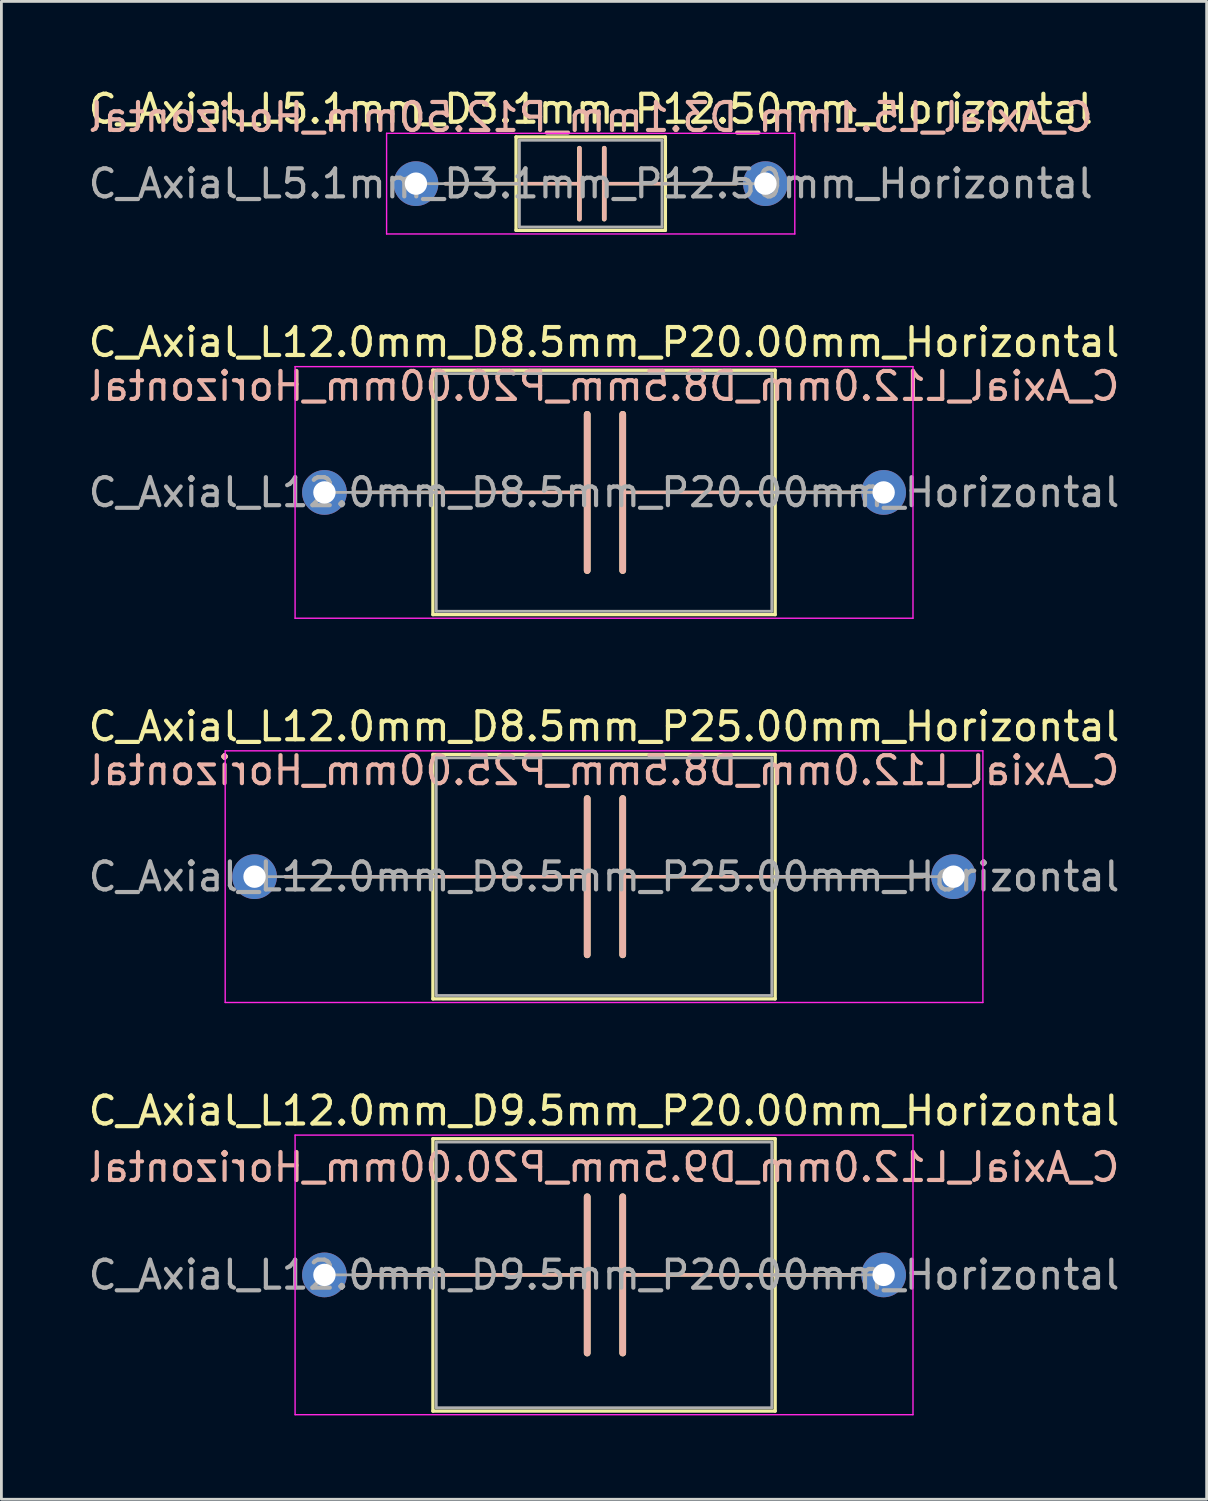
<source format=kicad_pcb>
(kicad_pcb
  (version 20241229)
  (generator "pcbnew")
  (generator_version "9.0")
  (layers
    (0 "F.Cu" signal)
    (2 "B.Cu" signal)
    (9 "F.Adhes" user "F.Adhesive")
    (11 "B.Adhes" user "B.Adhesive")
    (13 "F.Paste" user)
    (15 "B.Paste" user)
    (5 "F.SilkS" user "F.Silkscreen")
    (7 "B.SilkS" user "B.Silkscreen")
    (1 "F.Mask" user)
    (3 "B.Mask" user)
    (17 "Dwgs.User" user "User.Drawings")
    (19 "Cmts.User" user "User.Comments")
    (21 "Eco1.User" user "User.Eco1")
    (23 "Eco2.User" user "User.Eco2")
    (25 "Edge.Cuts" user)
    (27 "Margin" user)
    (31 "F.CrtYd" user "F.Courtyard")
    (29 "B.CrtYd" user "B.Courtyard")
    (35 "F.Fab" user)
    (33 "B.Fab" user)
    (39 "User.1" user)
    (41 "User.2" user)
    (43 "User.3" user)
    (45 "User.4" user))
  (footprint "C_Axial_L5.1mm_D3.1mm_P12.50mm_Horizontal"
    (layer "F.Cu")
    (at 11.827 3.518)
    (property "Reference" "C_Axial_L5.1mm_D3.1mm_P12.50mm_Horizontal" (at 6.25 -2.67 0) (layer "F.SilkS") (effects (font (size 1 1) (thickness 0.15))))
    (fp_line (start 1.04 0) (end 3.58 0) (stroke (width 0.12) (type solid)) (layer "F.SilkS"))
    (fp_line (start 3.58 -1.67) (end 3.58 1.67) (stroke (width 0.12) (type solid)) (layer "F.SilkS"))
    (fp_line (start 3.58 0) (end 5.842 0) (stroke (width 0.12) (type solid)) (layer "F.SilkS"))
    (fp_line (start 3.58 1.67) (end 8.92 1.67) (stroke (width 0.12) (type solid)) (layer "F.SilkS"))
    (fp_line (start 5.842 0) (end 5.842 -1.27) (stroke (width 0.16) (type solid)) (layer "F.SilkS"))
    (fp_line (start 5.842 0) (end 5.842 1.27) (stroke (width 0.16) (type solid)) (layer "F.SilkS"))
    (fp_line (start 6.731 0) (end 6.731 -1.27) (stroke (width 0.16) (type solid)) (layer "F.SilkS"))
    (fp_line (start 6.731 0) (end 6.731 1.27) (stroke (width 0.16) (type solid)) (layer "F.SilkS"))
    (fp_line (start 8.92 -1.67) (end 3.58 -1.67) (stroke (width 0.12) (type solid)) (layer "F.SilkS"))
    (fp_line (start 8.92 0) (end 6.731 0) (stroke (width 0.12) (type solid)) (layer "F.SilkS"))
    (fp_line (start 8.92 1.67) (end 8.92 -1.67) (stroke (width 0.12) (type solid)) (layer "F.SilkS"))
    (fp_line (start 11.46 0) (end 8.92 0) (stroke (width 0.12) (type solid)) (layer "F.SilkS"))
    (fp_line (start 1.048 0) (end 3.588 0) (stroke (width 0.12) (type solid)) (layer "B.SilkS"))
    (fp_line (start 3.588 0) (end 5.85 0) (stroke (width 0.12) (type solid)) (layer "B.SilkS"))
    (fp_line (start 5.85 0) (end 5.85 -1.27) (stroke (width 0.16) (type solid)) (layer "B.SilkS"))
    (fp_line (start 5.85 0) (end 5.85 1.27) (stroke (width 0.16) (type solid)) (layer "B.SilkS"))
    (fp_line (start 6.739 0) (end 6.739 -1.27) (stroke (width 0.16) (type solid)) (layer "B.SilkS"))
    (fp_line (start 6.739 0) (end 6.739 1.27) (stroke (width 0.16) (type solid)) (layer "B.SilkS"))
    (fp_line (start 8.928 0) (end 6.739 0) (stroke (width 0.12) (type solid)) (layer "B.SilkS"))
    (fp_line (start 11.468 0) (end 8.928 0) (stroke (width 0.12) (type solid)) (layer "B.SilkS"))
    (fp_line (start -1.05 -1.8) (end -1.05 1.8) (stroke (width 0.05) (type solid)) (layer "F.CrtYd"))
    (fp_line (start -1.05 1.8) (end 13.55 1.8) (stroke (width 0.05) (type solid)) (layer "F.CrtYd"))
    (fp_line (start 13.55 -1.8) (end -1.05 -1.8) (stroke (width 0.05) (type solid)) (layer "F.CrtYd"))
    (fp_line (start 13.55 1.8) (end 13.55 -1.8) (stroke (width 0.05) (type solid)) (layer "F.CrtYd"))
    (fp_line (start 0 0) (end 3.7 0) (stroke (width 0.1) (type solid)) (layer "F.Fab"))
    (fp_line (start 3.7 -1.55) (end 3.7 1.55) (stroke (width 0.1) (type solid)) (layer "F.Fab"))
    (fp_line (start 3.7 1.55) (end 8.8 1.55) (stroke (width 0.1) (type solid)) (layer "F.Fab"))
    (fp_line (start 8.8 -1.55) (end 3.7 -1.55) (stroke (width 0.1) (type solid)) (layer "F.Fab"))
    (fp_line (start 8.8 1.55) (end 8.8 -1.55) (stroke (width 0.1) (type solid)) (layer "F.Fab"))
    (fp_line (start 12.5 0) (end 8.8 0) (stroke (width 0.1) (type solid)) (layer "F.Fab"))
    (fp_text user "${REFERENCE}" (at 6.25 -2.375 0) (layer "B.SilkS") (effects (font (size 1 1) (thickness 0.15)) (justify mirror)))
    (fp_text user "${REFERENCE}" (at 6.25 0 0) (layer "F.Fab") (effects (font (size 1 1) (thickness 0.15))))
    (pad "1" thru_hole circle (at 0 0) (size 1.6 1.6) (drill 0.8) (layers "*.Cu" "*.Mask"))
    (pad "2" thru_hole oval (at 12.5 0) (size 1.6 1.6) (drill 0.8) (layers "*.Cu" "*.Mask")))
  (footprint "C_Axial_L12.0mm_D9.5mm_P20.00mm_Horizontal"
    (layer "F.Cu")
    (at 8.554 42.548)
    (property "Reference" "C_Axial_L12.0mm_D9.5mm_P20.00mm_Horizontal" (at 10 -5.87 0) (layer "F.SilkS") (effects (font (size 1 1) (thickness 0.15))))
    (fp_line (start 1.04 0) (end 3.88 0) (stroke (width 0.12) (type solid)) (layer "F.SilkS"))
    (fp_line (start 3.88 -4.87) (end 3.88 4.87) (stroke (width 0.12) (type solid)) (layer "F.SilkS"))
    (fp_line (start 3.88 0) (end 9.398 0) (stroke (width 0.12) (type solid)) (layer "F.SilkS"))
    (fp_line (start 3.88 4.87) (end 16.12 4.87) (stroke (width 0.12) (type solid)) (layer "F.SilkS"))
    (fp_line (start 9.398 -2.794) (end 9.398 2.794) (stroke (width 0.24) (type solid)) (layer "F.SilkS"))
    (fp_line (start 10.668 2.794) (end 10.668 -2.794) (stroke (width 0.24) (type solid)) (layer "F.SilkS"))
    (fp_line (start 16.12 -4.87) (end 3.88 -4.87) (stroke (width 0.12) (type solid)) (layer "F.SilkS"))
    (fp_line (start 16.12 4.87) (end 16.12 -4.87) (stroke (width 0.12) (type solid)) (layer "F.SilkS"))
    (fp_line (start 16.129 0) (end 10.668 0) (stroke (width 0.12) (type solid)) (layer "F.SilkS"))
    (fp_line (start 18.96 0) (end 16.12 0) (stroke (width 0.12) (type solid)) (layer "F.SilkS"))
    (fp_line (start 1.04 0) (end 3.88 0) (stroke (width 0.12) (type solid)) (layer "B.SilkS"))
    (fp_line (start 3.88 0) (end 9.398 0) (stroke (width 0.12) (type solid)) (layer "B.SilkS"))
    (fp_line (start 9.398 2.794) (end 9.398 -2.794) (stroke (width 0.24) (type solid)) (layer "B.SilkS"))
    (fp_line (start 10.668 -2.794) (end 10.668 2.794) (stroke (width 0.24) (type solid)) (layer "B.SilkS"))
    (fp_line (start 16.129 0) (end 10.668 0) (stroke (width 0.12) (type solid)) (layer "B.SilkS"))
    (fp_line (start 18.96 0) (end 16.12 0) (stroke (width 0.12) (type solid)) (layer "B.SilkS"))
    (fp_line (start -1.05 -5) (end -1.05 5) (stroke (width 0.05) (type solid)) (layer "F.CrtYd"))
    (fp_line (start -1.05 5) (end 21.05 5) (stroke (width 0.05) (type solid)) (layer "F.CrtYd"))
    (fp_line (start 21.05 -5) (end -1.05 -5) (stroke (width 0.05) (type solid)) (layer "F.CrtYd"))
    (fp_line (start 21.05 5) (end 21.05 -5) (stroke (width 0.05) (type solid)) (layer "F.CrtYd"))
    (fp_line (start 0 0) (end 4 0) (stroke (width 0.1) (type solid)) (layer "F.Fab"))
    (fp_line (start 4 -4.75) (end 4 4.75) (stroke (width 0.1) (type solid)) (layer "F.Fab"))
    (fp_line (start 4 4.75) (end 16 4.75) (stroke (width 0.1) (type solid)) (layer "F.Fab"))
    (fp_line (start 16 -4.75) (end 4 -4.75) (stroke (width 0.1) (type solid)) (layer "F.Fab"))
    (fp_line (start 16 4.75) (end 16 -4.75) (stroke (width 0.1) (type solid)) (layer "F.Fab"))
    (fp_line (start 20 0) (end 16 0) (stroke (width 0.1) (type solid)) (layer "F.Fab"))
    (fp_text user "${REFERENCE}" (at 10 -3.85 0) (layer "B.SilkS") (effects (font (size 1 1) (thickness 0.15)) (justify mirror)))
    (fp_text user "${REFERENCE}" (at 10 0 0) (layer "F.Fab") (effects (font (size 1 1) (thickness 0.15))))
    (pad "1" thru_hole circle (at 0 0) (size 1.6 1.6) (drill 0.8) (layers "*.Cu" "*.Mask"))
    (pad "2" thru_hole oval (at 20 0) (size 1.6 1.6) (drill 0.8) (layers "*.Cu" "*.Mask")))
  (footprint "C_Axial_L12.0mm_D8.5mm_P25.00mm_Horizontal"
    (layer "F.Cu")
    (at 6.054 28.305)
    (property "Reference" "C_Axial_L12.0mm_D8.5mm_P25.00mm_Horizontal" (at 12.5 -5.37 0) (layer "F.SilkS") (effects (font (size 1 1) (thickness 0.15))))
    (fp_line (start 1.1 0) (end 6.38 0) (stroke (width 0.12) (type solid)) (layer "F.SilkS"))
    (fp_line (start 6.38 -4.37) (end 6.38 4.37) (stroke (width 0.12) (type solid)) (layer "F.SilkS"))
    (fp_line (start 6.38 0) (end 11.898 0) (stroke (width 0.12) (type solid)) (layer "F.SilkS"))
    (fp_line (start 6.38 4.37) (end 18.62 4.37) (stroke (width 0.12) (type solid)) (layer "F.SilkS"))
    (fp_line (start 11.898 -2.794) (end 11.898 2.794) (stroke (width 0.24) (type solid)) (layer "F.SilkS"))
    (fp_line (start 13.168 2.794) (end 13.168 -2.794) (stroke (width 0.24) (type solid)) (layer "F.SilkS"))
    (fp_line (start 18.62 -4.37) (end 6.38 -4.37) (stroke (width 0.12) (type solid)) (layer "F.SilkS"))
    (fp_line (start 18.62 0) (end 13.168 0) (stroke (width 0.12) (type solid)) (layer "F.SilkS"))
    (fp_line (start 18.62 4.37) (end 18.62 -4.37) (stroke (width 0.12) (type solid)) (layer "F.SilkS"))
    (fp_line (start 23.9 0) (end 18.62 0) (stroke (width 0.12) (type solid)) (layer "F.SilkS"))
    (fp_line (start 1.1 0) (end 6.38 0) (stroke (width 0.12) (type solid)) (layer "B.SilkS"))
    (fp_line (start 6.38 0) (end 11.898 0) (stroke (width 0.12) (type solid)) (layer "B.SilkS"))
    (fp_line (start 11.898 2.794) (end 11.898 -2.794) (stroke (width 0.24) (type solid)) (layer "B.SilkS"))
    (fp_line (start 13.168 -2.794) (end 13.168 2.794) (stroke (width 0.24) (type solid)) (layer "B.SilkS"))
    (fp_line (start 18.62 0) (end 13.168 0) (stroke (width 0.12) (type solid)) (layer "B.SilkS"))
    (fp_line (start 23.9 0) (end 18.62 0) (stroke (width 0.12) (type solid)) (layer "B.SilkS"))
    (fp_line (start -1.05 -4.5) (end -1.05 4.5) (stroke (width 0.05) (type solid)) (layer "F.CrtYd"))
    (fp_line (start -1.05 4.5) (end 26.05 4.5) (stroke (width 0.05) (type solid)) (layer "F.CrtYd"))
    (fp_line (start 26.05 -4.5) (end -1.05 -4.5) (stroke (width 0.05) (type solid)) (layer "F.CrtYd"))
    (fp_line (start 26.05 4.5) (end 26.05 -4.5) (stroke (width 0.05) (type solid)) (layer "F.CrtYd"))
    (fp_line (start 0.1 0) (end 6.5 0) (stroke (width 0.1) (type solid)) (layer "F.Fab"))
    (fp_line (start 6.5 -4.25) (end 6.5 4.25) (stroke (width 0.1) (type solid)) (layer "F.Fab"))
    (fp_line (start 6.5 4.25) (end 18.5 4.25) (stroke (width 0.1) (type solid)) (layer "F.Fab"))
    (fp_line (start 18.5 -4.25) (end 6.5 -4.25) (stroke (width 0.1) (type solid)) (layer "F.Fab"))
    (fp_line (start 18.5 4.25) (end 18.5 -4.25) (stroke (width 0.1) (type solid)) (layer "F.Fab"))
    (fp_line (start 25 0) (end 18.5 0) (stroke (width 0.1) (type solid)) (layer "F.Fab"))
    (fp_text user "${REFERENCE}" (at 12.5 -3.8 0) (layer "B.SilkS") (effects (font (size 1 1) (thickness 0.15)) (justify mirror)))
    (fp_text user "${REFERENCE}" (at 12.5 0 0) (layer "F.Fab") (effects (font (size 1 1) (thickness 0.15))))
    (pad "1" thru_hole circle (at 0 0) (size 1.6 1.6) (drill 0.8) (layers "*.Cu" "*.Mask"))
    (pad "2" thru_hole oval (at 25 0) (size 1.6 1.6) (drill 0.8) (layers "*.Cu" "*.Mask")))
  (footprint "C_Axial_L12.0mm_D8.5mm_P20.00mm_Horizontal"
    (layer "F.Cu")
    (at 8.554 14.562)
    (property "Reference" "C_Axial_L12.0mm_D8.5mm_P20.00mm_Horizontal" (at 10 -5.37 0) (layer "F.SilkS") (effects (font (size 1 1) (thickness 0.15))))
    (fp_line (start 1.04 0) (end 3.88 0) (stroke (width 0.12) (type solid)) (layer "F.SilkS"))
    (fp_line (start 3.88 -4.37) (end 3.88 4.37) (stroke (width 0.12) (type solid)) (layer "F.SilkS"))
    (fp_line (start 3.88 0) (end 9.398 0) (stroke (width 0.12) (type solid)) (layer "F.SilkS"))
    (fp_line (start 3.88 4.37) (end 16.12 4.37) (stroke (width 0.12) (type solid)) (layer "F.SilkS"))
    (fp_line (start 9.398 -2.794) (end 9.398 2.794) (stroke (width 0.24) (type solid)) (layer "F.SilkS"))
    (fp_line (start 10.668 2.794) (end 10.668 -2.794) (stroke (width 0.24) (type solid)) (layer "F.SilkS"))
    (fp_line (start 16.12 -4.37) (end 3.88 -4.37) (stroke (width 0.12) (type solid)) (layer "F.SilkS"))
    (fp_line (start 16.12 4.37) (end 16.12 -4.37) (stroke (width 0.12) (type solid)) (layer "F.SilkS"))
    (fp_line (start 16.129 0) (end 10.668 0) (stroke (width 0.12) (type solid)) (layer "F.SilkS"))
    (fp_line (start 18.96 0) (end 16.12 0) (stroke (width 0.12) (type solid)) (layer "F.SilkS"))
    (fp_line (start 1.04 0) (end 3.88 0) (stroke (width 0.12) (type solid)) (layer "B.SilkS"))
    (fp_line (start 3.88 0) (end 9.398 0) (stroke (width 0.12) (type solid)) (layer "B.SilkS"))
    (fp_line (start 9.398 2.794) (end 9.398 -2.794) (stroke (width 0.24) (type solid)) (layer "B.SilkS"))
    (fp_line (start 10.668 -2.794) (end 10.668 2.794) (stroke (width 0.24) (type solid)) (layer "B.SilkS"))
    (fp_line (start 16.129 0) (end 10.668 0) (stroke (width 0.12) (type solid)) (layer "B.SilkS"))
    (fp_line (start 18.96 0) (end 16.12 0) (stroke (width 0.12) (type solid)) (layer "B.SilkS"))
    (fp_line (start -1.05 -4.5) (end -1.05 4.5) (stroke (width 0.05) (type solid)) (layer "F.CrtYd"))
    (fp_line (start -1.05 4.5) (end 21.05 4.5) (stroke (width 0.05) (type solid)) (layer "F.CrtYd"))
    (fp_line (start 21.05 -4.5) (end -1.05 -4.5) (stroke (width 0.05) (type solid)) (layer "F.CrtYd"))
    (fp_line (start 21.05 4.5) (end 21.05 -4.5) (stroke (width 0.05) (type solid)) (layer "F.CrtYd"))
    (fp_line (start 0 0) (end 4 0) (stroke (width 0.1) (type solid)) (layer "F.Fab"))
    (fp_line (start 4 -4.25) (end 4 4.25) (stroke (width 0.1) (type solid)) (layer "F.Fab"))
    (fp_line (start 4 4.25) (end 16 4.25) (stroke (width 0.1) (type solid)) (layer "F.Fab"))
    (fp_line (start 16 -4.25) (end 4 -4.25) (stroke (width 0.1) (type solid)) (layer "F.Fab"))
    (fp_line (start 16 4.25) (end 16 -4.25) (stroke (width 0.1) (type solid)) (layer "F.Fab"))
    (fp_line (start 20 0) (end 16 0) (stroke (width 0.1) (type solid)) (layer "F.Fab"))
    (fp_text user "${REFERENCE}" (at 10 -3.8 0) (layer "B.SilkS") (effects (font (size 1 1) (thickness 0.15)) (justify mirror)))
    (fp_text user "${REFERENCE}" (at 10 0 0) (layer "F.Fab") (effects (font (size 1 1) (thickness 0.15))))
    (pad "1" thru_hole circle (at 0 0) (size 1.6 1.6) (drill 0.8) (layers "*.Cu" "*.Mask"))
    (pad "2" thru_hole oval (at 20 0) (size 1.6 1.6) (drill 0.8) (layers "*.Cu" "*.Mask")))
  (gr_rect
    (start -3 -3)
    (end 40.107 50.573)
    (stroke (width 0.1) (type default))
    (fill no)
    (layer "Edge.Cuts")))
</source>
